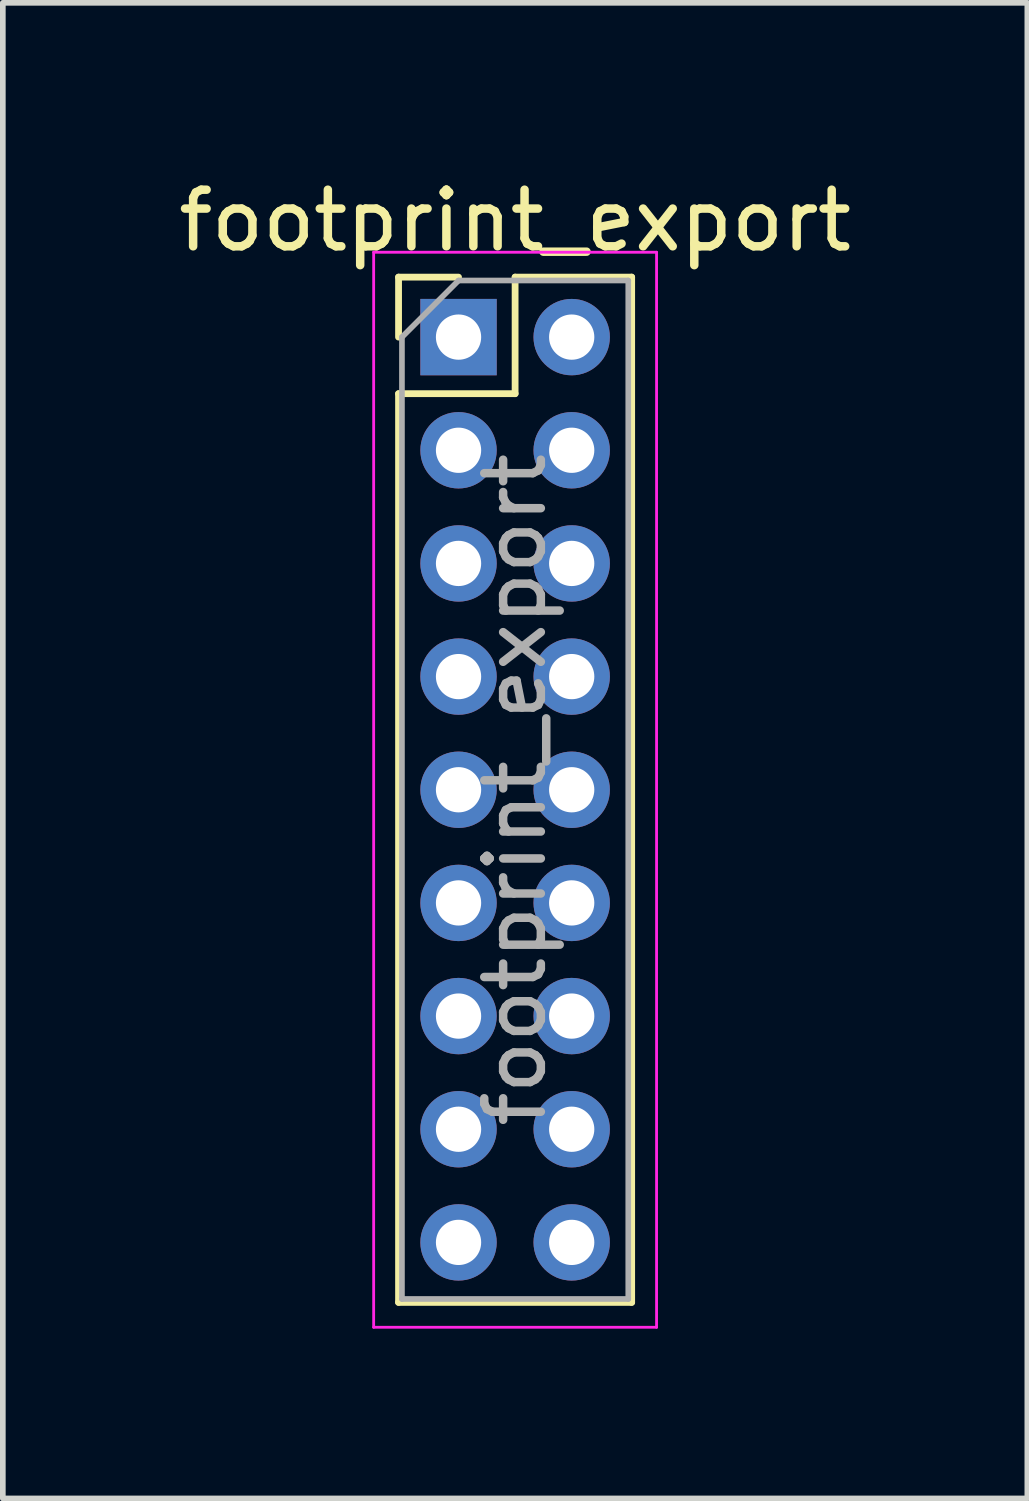
<source format=kicad_pcb>
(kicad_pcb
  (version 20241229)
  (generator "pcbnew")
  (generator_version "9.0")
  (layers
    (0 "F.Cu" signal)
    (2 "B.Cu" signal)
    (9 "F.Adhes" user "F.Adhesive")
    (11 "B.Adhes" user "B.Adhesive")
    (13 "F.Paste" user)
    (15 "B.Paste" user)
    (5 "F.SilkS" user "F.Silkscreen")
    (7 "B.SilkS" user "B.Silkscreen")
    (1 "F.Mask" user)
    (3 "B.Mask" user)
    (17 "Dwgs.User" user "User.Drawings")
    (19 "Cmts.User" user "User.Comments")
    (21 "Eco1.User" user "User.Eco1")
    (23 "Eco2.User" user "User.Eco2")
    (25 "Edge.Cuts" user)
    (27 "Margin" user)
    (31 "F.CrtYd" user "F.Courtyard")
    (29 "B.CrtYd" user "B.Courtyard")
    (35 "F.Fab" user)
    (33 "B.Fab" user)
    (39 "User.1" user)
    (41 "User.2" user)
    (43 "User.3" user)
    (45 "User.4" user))
  (footprint "footprint_export"
    (layer "F.Cu")
    (at 5.054 2.908)
    (property "Reference" "footprint_export" (at 1 -2.06 0) (layer "F.SilkS") (effects (font (size 1 1) (thickness 0.15))))
    (attr through_hole)
    (fp_line (start -1.06 -1.06) (end 0 -1.06) (stroke (width 0.12) (type solid)) (layer "F.SilkS"))
    (fp_line (start -1.06 0) (end -1.06 -1.06) (stroke (width 0.12) (type solid)) (layer "F.SilkS"))
    (fp_line (start -1.06 1) (end -1.06 17.06) (stroke (width 0.12) (type solid)) (layer "F.SilkS"))
    (fp_line (start -1.06 1) (end 1 1) (stroke (width 0.12) (type solid)) (layer "F.SilkS"))
    (fp_line (start -1.06 17.06) (end 3.06 17.06) (stroke (width 0.12) (type solid)) (layer "F.SilkS"))
    (fp_line (start 1 -1.06) (end 3.06 -1.06) (stroke (width 0.12) (type solid)) (layer "F.SilkS"))
    (fp_line (start 1 1) (end 1 -1.06) (stroke (width 0.12) (type solid)) (layer "F.SilkS"))
    (fp_line (start 3.06 -1.06) (end 3.06 17.06) (stroke (width 0.12) (type solid)) (layer "F.SilkS"))
    (fp_line (start -1.5 -1.5) (end -1.5 17.5) (stroke (width 0.05) (type solid)) (layer "F.CrtYd"))
    (fp_line (start -1.5 17.5) (end 3.5 17.5) (stroke (width 0.05) (type solid)) (layer "F.CrtYd"))
    (fp_line (start 3.5 -1.5) (end -1.5 -1.5) (stroke (width 0.05) (type solid)) (layer "F.CrtYd"))
    (fp_line (start 3.5 17.5) (end 3.5 -1.5) (stroke (width 0.05) (type solid)) (layer "F.CrtYd"))
    (fp_line (start -1 0) (end 0 -1) (stroke (width 0.1) (type solid)) (layer "F.Fab"))
    (fp_line (start -1 17) (end -1 0) (stroke (width 0.1) (type solid)) (layer "F.Fab"))
    (fp_line (start 0 -1) (end 3 -1) (stroke (width 0.1) (type solid)) (layer "F.Fab"))
    (fp_line (start 3 -1) (end 3 17) (stroke (width 0.1) (type solid)) (layer "F.Fab"))
    (fp_line (start 3 17) (end -1 17) (stroke (width 0.1) (type solid)) (layer "F.Fab"))
    (fp_text user "${REFERENCE}" (at 1 8 90) (layer "F.Fab") (effects (font (size 1 1) (thickness 0.15))))
    (pad "1" thru_hole rect (at 0 0) (size 1.35 1.35) (drill 0.8) (layers "*.Cu" "*.Mask"))
    (pad "2" thru_hole oval (at 2 0) (size 1.35 1.35) (drill 0.8) (layers "*.Cu" "*.Mask"))
    (pad "3" thru_hole oval (at 0 2) (size 1.35 1.35) (drill 0.8) (layers "*.Cu" "*.Mask"))
    (pad "4" thru_hole oval (at 2 2) (size 1.35 1.35) (drill 0.8) (layers "*.Cu" "*.Mask"))
    (pad "5" thru_hole oval (at 0 4) (size 1.35 1.35) (drill 0.8) (layers "*.Cu" "*.Mask"))
    (pad "6" thru_hole oval (at 2 4) (size 1.35 1.35) (drill 0.8) (layers "*.Cu" "*.Mask"))
    (pad "7" thru_hole oval (at 0 6) (size 1.35 1.35) (drill 0.8) (layers "*.Cu" "*.Mask"))
    (pad "8" thru_hole oval (at 2 6) (size 1.35 1.35) (drill 0.8) (layers "*.Cu" "*.Mask"))
    (pad "9" thru_hole oval (at 0 8) (size 1.35 1.35) (drill 0.8) (layers "*.Cu" "*.Mask"))
    (pad "10" thru_hole oval (at 2 8) (size 1.35 1.35) (drill 0.8) (layers "*.Cu" "*.Mask"))
    (pad "11" thru_hole oval (at 0 10) (size 1.35 1.35) (drill 0.8) (layers "*.Cu" "*.Mask"))
    (pad "12" thru_hole oval (at 2 10) (size 1.35 1.35) (drill 0.8) (layers "*.Cu" "*.Mask"))
    (pad "13" thru_hole oval (at 0 12) (size 1.35 1.35) (drill 0.8) (layers "*.Cu" "*.Mask"))
    (pad "14" thru_hole oval (at 2 12) (size 1.35 1.35) (drill 0.8) (layers "*.Cu" "*.Mask"))
    (pad "15" thru_hole oval (at 0 14) (size 1.35 1.35) (drill 0.8) (layers "*.Cu" "*.Mask"))
    (pad "16" thru_hole oval (at 2 14) (size 1.35 1.35) (drill 0.8) (layers "*.Cu" "*.Mask"))
    (pad "17" thru_hole oval (at 0 16) (size 1.35 1.35) (drill 0.8) (layers "*.Cu" "*.Mask"))
    (pad "18" thru_hole oval (at 2 16) (size 1.35 1.35) (drill 0.8) (layers "*.Cu" "*.Mask")))
  (gr_rect
    (start -3 -3)
    (end 15.107 23.433)
    (stroke (width 0.1) (type default))
    (fill no)
    (layer "Edge.Cuts")))
</source>
